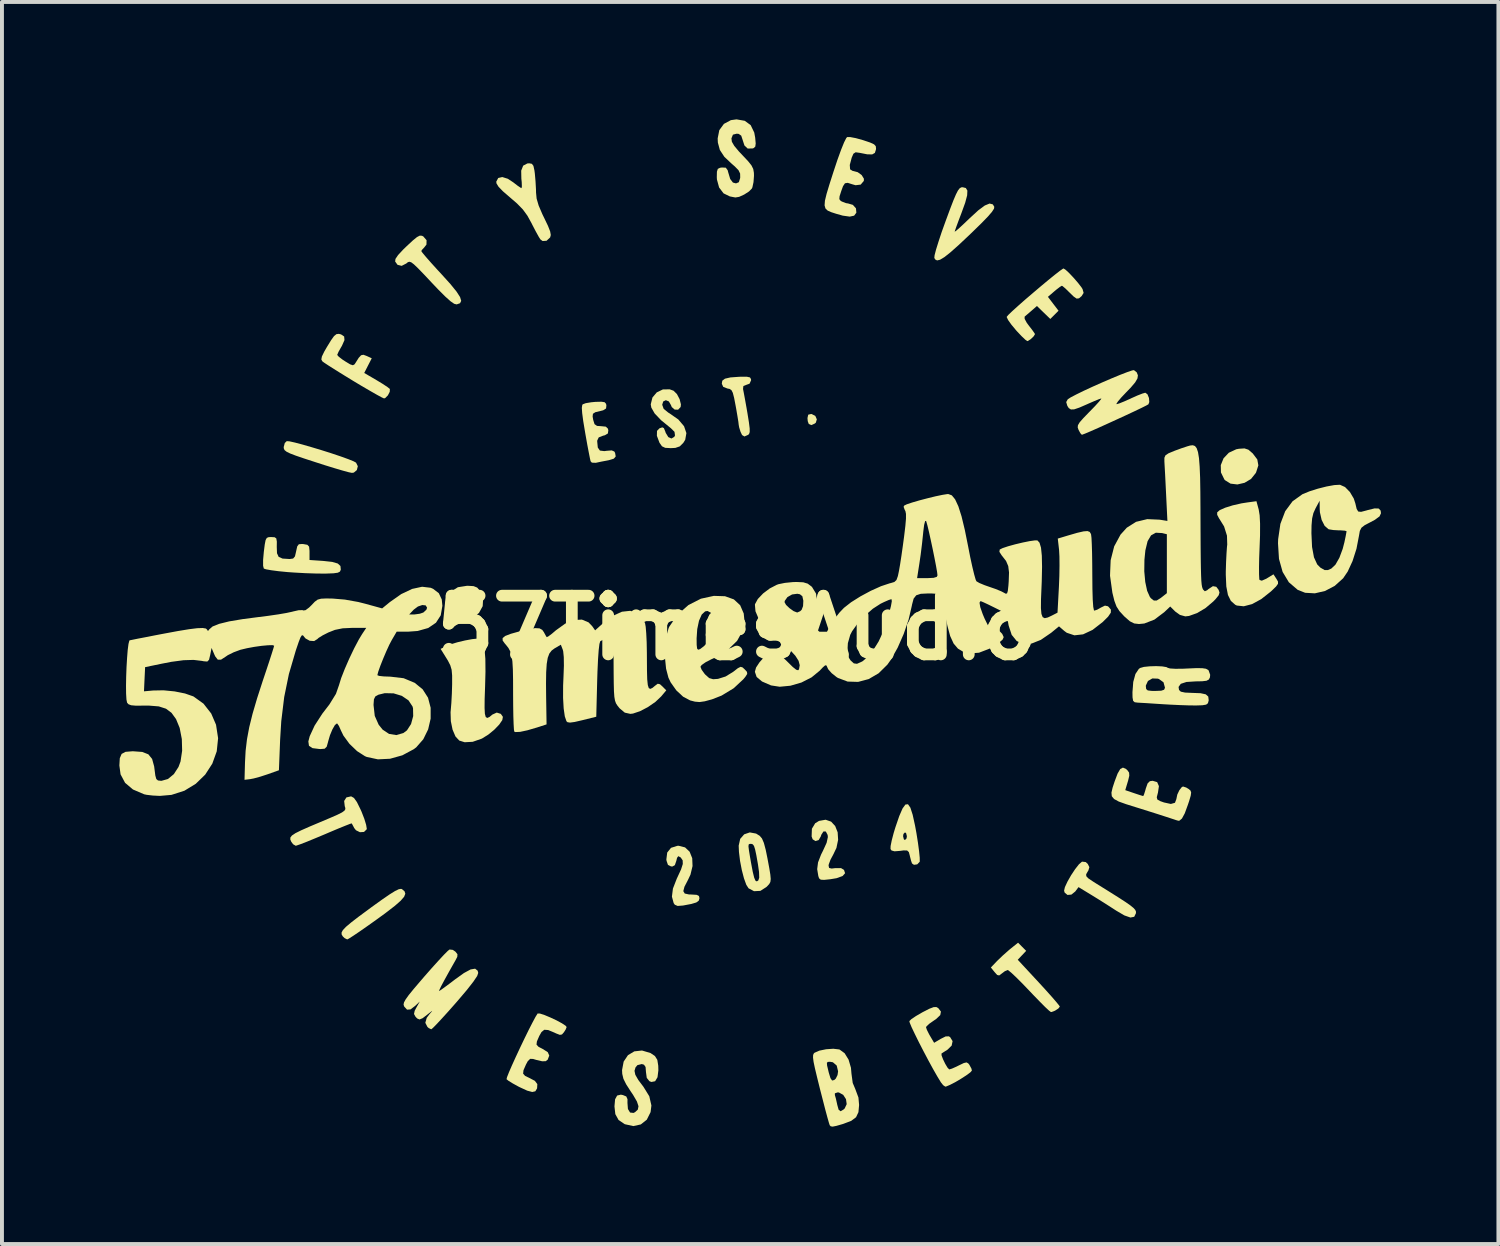
<source format=kicad_pcb>
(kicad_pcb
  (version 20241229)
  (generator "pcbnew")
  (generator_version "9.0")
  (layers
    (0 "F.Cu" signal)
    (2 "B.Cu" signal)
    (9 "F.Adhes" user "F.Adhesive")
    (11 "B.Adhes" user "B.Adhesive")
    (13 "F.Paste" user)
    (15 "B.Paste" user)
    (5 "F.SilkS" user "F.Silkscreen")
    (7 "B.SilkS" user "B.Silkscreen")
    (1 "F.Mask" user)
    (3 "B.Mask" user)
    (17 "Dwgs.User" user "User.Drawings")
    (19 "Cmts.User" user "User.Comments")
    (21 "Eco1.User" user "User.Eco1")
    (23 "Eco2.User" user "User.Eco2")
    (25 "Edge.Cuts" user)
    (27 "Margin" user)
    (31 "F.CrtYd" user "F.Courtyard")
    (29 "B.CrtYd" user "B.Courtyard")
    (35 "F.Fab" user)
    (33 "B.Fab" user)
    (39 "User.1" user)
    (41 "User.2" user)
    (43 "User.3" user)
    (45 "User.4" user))
  (footprint "57TimesAudio"
    (layer "F.Cu")
    (at 15.776 12.993)
    (property "Reference" "57TimesAudio" (at 0 0 0) (layer "F.SilkS") (effects (font (size 1.5 1.5) (thickness 0.3))))
    (attr board_only exclude_from_pos_files exclude_from_bom)
    (fp_poly (pts (xy 1.917 -5.462) (xy 2.008 -5.414) (xy 2.046 -5.327) (xy 2.02 -5.242) (xy 1.995 -5.221) (xy 1.905 -5.181) (xy 1.843 -5.208) (xy 1.84 -5.21) (xy 1.814 -5.28) (xy 1.807 -5.36) (xy 1.826 -5.447) (xy 1.898 -5.464)) (stroke (width 0) (type solid)) (fill yes) (layer "F.SilkS"))
    (fp_poly (pts (xy 13.074 -4.552) (xy 13.182 -4.459) (xy 13.186 -4.455) (xy 13.301 -4.303) (xy 13.328 -4.152) (xy 13.271 -3.975) (xy 13.261 -3.955) (xy 13.14 -3.804) (xy 12.975 -3.706) (xy 12.792 -3.664) (xy 12.617 -3.685) (xy 12.476 -3.773) (xy 12.459 -3.792) (xy 12.372 -3.971) (xy 12.368 -4.158) (xy 12.439 -4.333) (xy 12.574 -4.475) (xy 12.763 -4.563) (xy 12.832 -4.576) (xy 12.974 -4.585)) (stroke (width 0) (type solid)) (fill yes) (layer "F.SilkS"))
    (fp_poly (pts (xy -6.725 -1.066) (xy -6.633 -1.029) (xy -6.564 -0.95) (xy -6.561 -0.946) (xy -6.481 -0.748) (xy -6.492 -0.554) (xy -6.588 -0.38) (xy -6.764 -0.242) (xy -6.825 -0.213) (xy -7.015 -0.155) (xy -7.167 -0.166) (xy -7.246 -0.202) (xy -7.325 -0.281) (xy -7.399 -0.405) (xy -7.405 -0.42) (xy -7.448 -0.551) (xy -7.439 -0.661) (xy -7.406 -0.751) (xy -7.291 -0.933) (xy -7.126 -1.038) (xy -6.896 -1.074) (xy -6.878 -1.075)) (stroke (width 0) (type solid)) (fill yes) (layer "F.SilkS"))
    (fp_poly (pts (xy -11.43 -4.766) (xy -11.287 -4.734) (xy -11.09 -4.682) (xy -10.855 -4.614) (xy -10.603 -4.538) (xy -10.351 -4.458) (xy -10.119 -4.38) (xy -9.925 -4.31) (xy -9.787 -4.254) (xy -9.728 -4.221) (xy -9.683 -4.13) (xy -9.708 -4.031) (xy -9.785 -3.967) (xy -9.834 -3.96) (xy -9.914 -3.976) (xy -10.069 -4.018) (xy -10.282 -4.081) (xy -10.535 -4.159) (xy -10.758 -4.231) (xy -11.053 -4.327) (xy -11.267 -4.4) (xy -11.413 -4.456) (xy -11.504 -4.501) (xy -11.554 -4.541) (xy -11.573 -4.581) (xy -11.577 -4.619) (xy -11.549 -4.723) (xy -11.499 -4.771)) (stroke (width 0) (type solid)) (fill yes) (layer "F.SilkS"))
    (fp_poly (pts (xy -8.554 6.677) (xy -8.489 6.732) (xy -8.469 6.794) (xy -8.5 6.872) (xy -8.589 6.974) (xy -8.741 7.107) (xy -8.964 7.279) (xy -9.191 7.445) (xy -9.423 7.61) (xy -9.629 7.754) (xy -9.795 7.866) (xy -9.909 7.939) (xy -9.954 7.962) (xy -10.021 7.928) (xy -10.066 7.885) (xy -10.096 7.836) (xy -10.098 7.785) (xy -10.064 7.722) (xy -9.985 7.639) (xy -9.853 7.528) (xy -9.66 7.379) (xy -9.397 7.185) (xy -9.331 7.136) (xy -9.068 6.947) (xy -8.872 6.812) (xy -8.732 6.725) (xy -8.637 6.679) (xy -8.577 6.669)) (stroke (width 0) (type solid)) (fill yes) (layer "F.SilkS"))
    (fp_poly (pts (xy 7.291 8.149) (xy 7.395 8.253) (xy 7.288 8.367) (xy 7.18 8.481) (xy 7.718 9.061) (xy 7.899 9.259) (xy 8.054 9.432) (xy 8.172 9.569) (xy 8.241 9.655) (xy 8.255 9.679) (xy 8.216 9.728) (xy 8.131 9.783) (xy 8.044 9.816) (xy 8.026 9.817) (xy 7.981 9.783) (xy 7.881 9.69) (xy 7.741 9.549) (xy 7.572 9.375) (xy 7.482 9.28) (xy 7.303 9.093) (xy 7.144 8.934) (xy 7.019 8.816) (xy 6.941 8.752) (xy 6.924 8.743) (xy 6.85 8.774) (xy 6.777 8.829) (xy 6.706 8.882) (xy 6.654 8.87) (xy 6.588 8.796) (xy 6.493 8.679) (xy 6.653 8.511) (xy 6.799 8.371) (xy 6.961 8.228) (xy 7.001 8.195) (xy 7.188 8.045)) (stroke (width 0) (type solid)) (fill yes) (layer "F.SilkS"))
    (fp_poly (pts (xy 0.261 -6.416) (xy 0.338 -6.399) (xy 0.364 -6.356) (xy 0.366 -6.326) (xy 0.327 -6.239) (xy 0.252 -6.212) (xy 0.169 -6.179) (xy 0.16 -6.1) (xy 0.163 -6.09) (xy 0.181 -5.998) (xy 0.211 -5.836) (xy 0.248 -5.63) (xy 0.274 -5.479) (xy 0.311 -5.249) (xy 0.33 -5.097) (xy 0.331 -5.004) (xy 0.314 -4.953) (xy 0.29 -4.931) (xy 0.196 -4.89) (xy 0.136 -4.926) (xy 0.096 -5.01) (xy 0.061 -5.124) (xy 0.049 -5.193) (xy 0.041 -5.265) (xy 0.018 -5.407) (xy -0.014 -5.594) (xy -0.029 -5.676) (xy -0.068 -5.879) (xy -0.101 -6.006) (xy -0.136 -6.074) (xy -0.182 -6.105) (xy -0.237 -6.115) (xy -0.346 -6.158) (xy -0.382 -6.238) (xy -0.37 -6.315) (xy -0.301 -6.367) (xy -0.162 -6.399) (xy 0.059 -6.415) (xy 0.111 -6.417)) (stroke (width 0) (type solid)) (fill yes) (layer "F.SilkS"))
    (fp_poly (pts (xy 8.918 5.985) (xy 8.97 6.034) (xy 9.01 6.115) (xy 8.985 6.199) (xy 8.962 6.236) (xy 8.928 6.297) (xy 8.931 6.346) (xy 8.983 6.401) (xy 9.099 6.479) (xy 9.184 6.533) (xy 9.504 6.732) (xy 9.749 6.886) (xy 9.931 7.004) (xy 10.057 7.092) (xy 10.137 7.157) (xy 10.182 7.207) (xy 10.2 7.247) (xy 10.201 7.286) (xy 10.2 7.292) (xy 10.156 7.383) (xy 10.059 7.402) (xy 9.904 7.348) (xy 9.696 7.226) (xy 9.499 7.099) (xy 9.269 6.953) (xy 9.068 6.829) (xy 8.733 6.625) (xy 8.649 6.737) (xy 8.551 6.816) (xy 8.451 6.825) (xy 8.379 6.766) (xy 8.364 6.716) (xy 8.385 6.625) (xy 8.45 6.485) (xy 8.542 6.323) (xy 8.646 6.166) (xy 8.744 6.041) (xy 8.82 5.976) (xy 8.823 5.974)) (stroke (width 0) (type solid)) (fill yes) (layer "F.SilkS"))
    (fp_poly (pts (xy -8.045 -10.019) (xy -8.01 -10.002) (xy -7.926 -9.905) (xy -7.929 -9.793) (xy -7.986 -9.72) (xy -8.048 -9.654) (xy -8.06 -9.625) (xy -8.028 -9.58) (xy -7.941 -9.476) (xy -7.81 -9.327) (xy -7.646 -9.146) (xy -7.544 -9.036) (xy -7.318 -8.786) (xy -7.161 -8.593) (xy -7.07 -8.452) (xy -7.041 -8.355) (xy -7.071 -8.295) (xy -7.156 -8.265) (xy -7.159 -8.265) (xy -7.22 -8.28) (xy -7.314 -8.345) (xy -7.449 -8.466) (xy -7.632 -8.649) (xy -7.801 -8.827) (xy -8.002 -9.041) (xy -8.148 -9.192) (xy -8.25 -9.289) (xy -8.319 -9.341) (xy -8.368 -9.355) (xy -8.406 -9.342) (xy -8.443 -9.311) (xy -8.562 -9.25) (xy -8.668 -9.276) (xy -8.729 -9.361) (xy -8.721 -9.427) (xy -8.654 -9.526) (xy -8.52 -9.67) (xy -8.434 -9.753) (xy -8.277 -9.899) (xy -8.171 -9.985) (xy -8.1 -10.022)) (stroke (width 0) (type solid)) (fill yes) (layer "F.SilkS"))
    (fp_poly (pts (xy 2.411 4.952) (xy 2.515 5.064) (xy 2.578 5.224) (xy 2.59 5.416) (xy 2.547 5.623) (xy 2.468 5.788) (xy 2.395 5.925) (xy 2.351 6.043) (xy 2.346 6.076) (xy 2.36 6.135) (xy 2.423 6.151) (xy 2.513 6.14) (xy 2.664 6.139) (xy 2.74 6.185) (xy 2.768 6.27) (xy 2.703 6.342) (xy 2.55 6.397) (xy 2.388 6.424) (xy 2.232 6.44) (xy 2.146 6.435) (xy 2.104 6.401) (xy 2.084 6.343) (xy 2.055 6.165) (xy 2.077 5.993) (xy 2.154 5.794) (xy 2.202 5.698) (xy 2.296 5.493) (xy 2.328 5.346) (xy 2.322 5.292) (xy 2.276 5.204) (xy 2.215 5.203) (xy 2.161 5.286) (xy 2.148 5.328) (xy 2.093 5.423) (xy 2.012 5.448) (xy 1.94 5.404) (xy 1.913 5.331) (xy 1.92 5.133) (xy 2.004 4.993) (xy 2.102 4.933) (xy 2.271 4.903)) (stroke (width 0) (type solid)) (fill yes) (layer "F.SilkS"))
    (fp_poly (pts (xy 4.436 4.594) (xy 4.495 4.777) (xy 4.556 5.055) (xy 4.591 5.245) (xy 4.63 5.492) (xy 4.659 5.709) (xy 4.675 5.874) (xy 4.676 5.969) (xy 4.673 5.979) (xy 4.612 6.043) (xy 4.528 6.055) (xy 4.478 6.02) (xy 4.454 5.951) (xy 4.424 5.833) (xy 4.423 5.826) (xy 4.397 5.73) (xy 4.353 5.689) (xy 4.261 5.687) (xy 4.174 5.699) (xy 4.03 5.71) (xy 3.955 5.689) (xy 3.929 5.652) (xy 3.931 5.576) (xy 3.96 5.431) (xy 3.988 5.324) (xy 4.25 5.324) (xy 4.27 5.404) (xy 4.298 5.422) (xy 4.338 5.381) (xy 4.347 5.324) (xy 4.327 5.245) (xy 4.298 5.227) (xy 4.259 5.267) (xy 4.25 5.324) (xy 3.988 5.324) (xy 4.01 5.24) (xy 4.054 5.096) (xy 4.152 4.81) (xy 4.236 4.616) (xy 4.309 4.515) (xy 4.375 4.507)) (stroke (width 0) (type solid)) (fill yes) (layer "F.SilkS"))
    (fp_poly (pts (xy -9.849 4.308) (xy -9.781 4.347) (xy -9.706 4.452) (xy -9.616 4.635) (xy -9.588 4.697) (xy -9.517 4.879) (xy -9.47 5.034) (xy -9.454 5.134) (xy -9.457 5.149) (xy -9.525 5.215) (xy -9.629 5.222) (xy -9.73 5.172) (xy -9.774 5.117) (xy -9.82 5.03) (xy -9.84 4.996) (xy -9.885 5.01) (xy -10.005 5.057) (xy -10.182 5.129) (xy -10.403 5.222) (xy -10.529 5.276) (xy -10.771 5.377) (xy -10.982 5.464) (xy -11.148 5.528) (xy -11.249 5.563) (xy -11.27 5.568) (xy -11.336 5.53) (xy -11.384 5.465) (xy -11.408 5.408) (xy -11.406 5.357) (xy -11.366 5.306) (xy -11.278 5.247) (xy -11.131 5.174) (xy -10.914 5.078) (xy -10.639 4.962) (xy -10.381 4.853) (xy -10.201 4.774) (xy -10.086 4.716) (xy -10.024 4.671) (xy -10.001 4.631) (xy -10.006 4.588) (xy -10.017 4.557) (xy -10.032 4.424) (xy -9.975 4.333) (xy -9.86 4.307)) (stroke (width 0) (type solid)) (fill yes) (layer "F.SilkS"))
    (fp_poly (pts (xy -1.321 5.61) (xy -1.204 5.721) (xy -1.138 5.886) (xy -1.13 6.087) (xy -1.183 6.307) (xy -1.246 6.44) (xy -1.337 6.616) (xy -1.366 6.728) (xy -1.329 6.789) (xy -1.223 6.812) (xy -1.16 6.814) (xy -1.027 6.822) (xy -0.966 6.852) (xy -0.953 6.908) (xy -0.97 6.97) (xy -1.033 7.017) (xy -1.159 7.055) (xy -1.365 7.094) (xy -1.38 7.096) (xy -1.511 7.106) (xy -1.583 7.075) (xy -1.612 7.034) (xy -1.657 6.868) (xy -1.631 6.662) (xy -1.532 6.407) (xy -1.516 6.373) (xy -1.423 6.172) (xy -1.379 6.034) (xy -1.382 5.941) (xy -1.429 5.872) (xy -1.441 5.862) (xy -1.494 5.834) (xy -1.526 5.878) (xy -1.545 5.956) (xy -1.582 6.064) (xy -1.643 6.098) (xy -1.68 6.096) (xy -1.758 6.057) (xy -1.794 5.953) (xy -1.799 5.918) (xy -1.777 5.741) (xy -1.68 5.621) (xy -1.518 5.57) (xy -1.486 5.568)) (stroke (width 0) (type solid)) (fill yes) (layer "F.SilkS"))
    (fp_poly (pts (xy 5.853 -11.239) (xy 5.893 -11.173) (xy 5.887 -11.051) (xy 5.837 -10.863) (xy 5.742 -10.6) (xy 5.668 -10.406) (xy 5.61 -10.248) (xy 5.575 -10.147) (xy 5.568 -10.122) (xy 5.601 -10.143) (xy 5.689 -10.219) (xy 5.818 -10.339) (xy 5.954 -10.469) (xy 6.172 -10.669) (xy 6.338 -10.792) (xy 6.46 -10.842) (xy 6.542 -10.821) (xy 6.58 -10.76) (xy 6.574 -10.712) (xy 6.522 -10.631) (xy 6.419 -10.511) (xy 6.258 -10.345) (xy 6.032 -10.124) (xy 5.932 -10.028) (xy 5.667 -9.779) (xy 5.461 -9.596) (xy 5.306 -9.473) (xy 5.194 -9.406) (xy 5.118 -9.388) (xy 5.069 -9.415) (xy 5.048 -9.454) (xy 5.055 -9.522) (xy 5.092 -9.665) (xy 5.155 -9.868) (xy 5.237 -10.116) (xy 5.336 -10.391) (xy 5.337 -10.394) (xy 5.449 -10.697) (xy 5.535 -10.921) (xy 5.601 -11.076) (xy 5.652 -11.175) (xy 5.695 -11.231) (xy 5.735 -11.255) (xy 5.77 -11.259)) (stroke (width 0) (type solid)) (fill yes) (layer "F.SilkS"))
    (fp_poly (pts (xy -5.235 -11.857) (xy -5.196 -11.805) (xy -5.17 -11.688) (xy -5.16 -11.613) (xy -5.142 -11.408) (xy -5.13 -11.195) (xy -5.129 -11.125) (xy -5.114 -10.968) (xy -5.062 -10.791) (xy -4.966 -10.567) (xy -4.922 -10.477) (xy -4.823 -10.27) (xy -4.768 -10.129) (xy -4.752 -10.038) (xy -4.768 -9.978) (xy -4.769 -9.976) (xy -4.86 -9.891) (xy -4.961 -9.884) (xy -5.018 -9.926) (xy -5.063 -9.998) (xy -5.137 -10.132) (xy -5.225 -10.301) (xy -5.243 -10.338) (xy -5.35 -10.532) (xy -5.465 -10.69) (xy -5.614 -10.843) (xy -5.789 -10.994) (xy -5.974 -11.154) (xy -6.088 -11.272) (xy -6.14 -11.357) (xy -6.145 -11.402) (xy -6.095 -11.495) (xy -5.991 -11.519) (xy -5.85 -11.475) (xy -5.713 -11.385) (xy -5.6 -11.298) (xy -5.52 -11.244) (xy -5.5 -11.235) (xy -5.491 -11.278) (xy -5.495 -11.39) (xy -5.504 -11.478) (xy -5.508 -11.683) (xy -5.458 -11.81) (xy -5.352 -11.866) (xy -5.301 -11.87)) (stroke (width 0) (type solid)) (fill yes) (layer "F.SilkS"))
    (fp_poly (pts (xy 13.337 -3.023) (xy 13.361 -2.875) (xy 13.372 -2.659) (xy 13.371 -2.363) (xy 13.359 -2.044) (xy 13.349 -1.778) (xy 13.345 -1.545) (xy 13.346 -1.363) (xy 13.352 -1.25) (xy 13.358 -1.224) (xy 13.416 -1.205) (xy 13.532 -1.256) (xy 13.553 -1.269) (xy 13.714 -1.368) (xy 13.791 -1.25) (xy 13.83 -1.182) (xy 13.83 -1.126) (xy 13.781 -1.057) (xy 13.672 -0.951) (xy 13.648 -0.929) (xy 13.403 -0.735) (xy 13.168 -0.607) (xy 12.955 -0.551) (xy 12.778 -0.57) (xy 12.737 -0.59) (xy 12.626 -0.688) (xy 12.551 -0.84) (xy 12.509 -1.058) (xy 12.496 -1.355) (xy 12.496 -1.441) (xy 12.503 -1.675) (xy 12.514 -1.896) (xy 12.526 -2.069) (xy 12.533 -2.128) (xy 12.526 -2.356) (xy 12.452 -2.592) (xy 12.329 -2.79) (xy 12.326 -2.793) (xy 12.276 -2.888) (xy 12.276 -2.951) (xy 12.341 -3.008) (xy 12.481 -3.07) (xy 12.673 -3.13) (xy 12.896 -3.181) (xy 13.044 -3.204) (xy 13.279 -3.236)) (stroke (width 0) (type solid)) (fill yes) (layer "F.SilkS"))
    (fp_poly (pts (xy -6.54 0.281) (xy -6.534 0.285) (xy -6.48 0.381) (xy -6.444 0.548) (xy -6.424 0.793) (xy -6.421 1.123) (xy -6.431 1.502) (xy -6.442 1.818) (xy -6.444 2.047) (xy -6.436 2.197) (xy -6.414 2.279) (xy -6.375 2.302) (xy -6.318 2.277) (xy -6.246 2.217) (xy -6.133 2.165) (xy -6.029 2.198) (xy -5.976 2.274) (xy -5.991 2.357) (xy -6.07 2.472) (xy -6.195 2.602) (xy -6.346 2.726) (xy -6.504 2.825) (xy -6.523 2.834) (xy -6.748 2.912) (xy -6.953 2.923) (xy -7.091 2.88) (xy -7.188 2.775) (xy -7.262 2.601) (xy -7.306 2.386) (xy -7.313 2.157) (xy -7.309 2.113) (xy -7.293 1.922) (xy -7.28 1.682) (xy -7.273 1.444) (xy -7.273 1.426) (xy -7.273 1.217) (xy -7.286 1.071) (xy -7.32 0.957) (xy -7.38 0.839) (xy -7.417 0.779) (xy -7.567 0.538) (xy -7.435 0.47) (xy -7.305 0.418) (xy -7.132 0.367) (xy -6.942 0.322) (xy -6.763 0.289) (xy -6.62 0.274)) (stroke (width 0) (type solid)) (fill yes) (layer "F.SilkS"))
    (fp_poly (pts (xy 0.494 5.257) (xy 0.586 5.314) (xy 0.644 5.382) (xy 0.693 5.496) (xy 0.74 5.672) (xy 0.784 5.888) (xy 0.83 6.135) (xy 0.858 6.306) (xy 0.868 6.418) (xy 0.859 6.492) (xy 0.83 6.546) (xy 0.781 6.599) (xy 0.759 6.621) (xy 0.604 6.721) (xy 0.441 6.729) (xy 0.301 6.655) (xy 0.243 6.564) (xy 0.184 6.4) (xy 0.129 6.189) (xy 0.084 5.955) (xy 0.056 5.725) (xy 0.05 5.585) (xy 0.299 5.585) (xy 0.311 5.683) (xy 0.338 5.848) (xy 0.364 5.997) (xy 0.408 6.232) (xy 0.445 6.383) (xy 0.478 6.461) (xy 0.513 6.479) (xy 0.551 6.454) (xy 0.574 6.383) (xy 0.569 6.238) (xy 0.542 6.046) (xy 0.501 5.814) (xy 0.469 5.662) (xy 0.441 5.574) (xy 0.41 5.532) (xy 0.372 5.52) (xy 0.363 5.52) (xy 0.326 5.521) (xy 0.304 5.537) (xy 0.299 5.585) (xy 0.05 5.585) (xy 0.049 5.566) (xy 0.088 5.392) (xy 0.19 5.276) (xy 0.333 5.227)) (stroke (width 0) (type solid)) (fill yes) (layer "F.SilkS"))
    (fp_poly (pts (xy -11.808 -2.315) (xy -11.766 -2.285) (xy -11.752 -2.203) (xy -11.754 -2.068) (xy -11.748 -1.906) (xy -11.705 -1.813) (xy -11.606 -1.77) (xy -11.431 -1.759) (xy -11.422 -1.759) (xy -11.336 -1.771) (xy -11.289 -1.826) (xy -11.26 -1.951) (xy -11.259 -1.957) (xy -11.231 -2.082) (xy -11.19 -2.136) (xy -11.108 -2.143) (xy -11.071 -2.14) (xy -10.972 -2.122) (xy -10.928 -2.075) (xy -10.917 -1.967) (xy -10.917 -1.929) (xy -10.917 -1.734) (xy -10.565 -1.71) (xy -10.338 -1.685) (xy -10.196 -1.644) (xy -10.127 -1.581) (xy -10.118 -1.49) (xy -10.119 -1.483) (xy -10.14 -1.437) (xy -10.194 -1.409) (xy -10.302 -1.394) (xy -10.484 -1.387) (xy -10.527 -1.386) (xy -10.746 -1.388) (xy -11.02 -1.397) (xy -11.308 -1.413) (xy -11.479 -1.425) (xy -11.705 -1.447) (xy -11.896 -1.472) (xy -12.03 -1.496) (xy -12.085 -1.515) (xy -12.103 -1.586) (xy -12.103 -1.735) (xy -12.085 -1.94) (xy -12.061 -2.13) (xy -12.039 -2.243) (xy -12.008 -2.299) (xy -11.959 -2.318) (xy -11.894 -2.32)) (stroke (width 0) (type solid)) (fill yes) (layer "F.SilkS"))
    (fp_poly (pts (xy -1.615 -6.059) (xy -1.529 -5.974) (xy -1.46 -5.843) (xy -1.427 -5.71) (xy -1.434 -5.643) (xy -1.498 -5.575) (xy -1.586 -5.577) (xy -1.661 -5.642) (xy -1.681 -5.691) (xy -1.735 -5.785) (xy -1.812 -5.817) (xy -1.879 -5.785) (xy -1.905 -5.7) (xy -1.868 -5.597) (xy -1.75 -5.5) (xy -1.721 -5.483) (xy -1.493 -5.324) (xy -1.347 -5.152) (xy -1.287 -4.976) (xy -1.317 -4.806) (xy -1.367 -4.725) (xy -1.458 -4.636) (xy -1.57 -4.598) (xy -1.687 -4.592) (xy -1.829 -4.6) (xy -1.911 -4.639) (xy -1.972 -4.726) (xy -1.977 -4.736) (xy -2.041 -4.907) (xy -2.038 -5.033) (xy -1.974 -5.099) (xy -1.902 -5.123) (xy -1.863 -5.104) (xy -1.828 -5.022) (xy -1.815 -4.982) (xy -1.749 -4.874) (xy -1.669 -4.838) (xy -1.597 -4.88) (xy -1.578 -4.917) (xy -1.591 -5.009) (xy -1.682 -5.1) (xy -1.933 -5.305) (xy -2.098 -5.478) (xy -2.183 -5.627) (xy -2.198 -5.711) (xy -2.155 -5.885) (xy -2.044 -6.017) (xy -1.888 -6.092) (xy -1.714 -6.095)) (stroke (width 0) (type solid)) (fill yes) (layer "F.SilkS"))
    (fp_poly (pts (xy -10.111 -7.498) (xy -10.032 -7.445) (xy -10.024 -7.353) (xy -10.088 -7.208) (xy -10.111 -7.169) (xy -10.174 -7.057) (xy -10.207 -6.982) (xy -10.209 -6.973) (xy -10.171 -6.929) (xy -10.075 -6.855) (xy -10.003 -6.808) (xy -9.879 -6.733) (xy -9.809 -6.71) (xy -9.768 -6.732) (xy -9.747 -6.762) (xy -9.66 -6.9) (xy -9.599 -6.966) (xy -9.54 -6.978) (xy -9.459 -6.948) (xy -9.456 -6.947) (xy -9.327 -6.888) (xy -9.423 -6.701) (xy -9.519 -6.513) (xy -9.204 -6.329) (xy -9.049 -6.235) (xy -8.928 -6.155) (xy -8.866 -6.106) (xy -8.864 -6.103) (xy -8.867 -6.032) (xy -8.915 -5.94) (xy -8.981 -5.873) (xy -9.012 -5.862) (xy -9.068 -5.887) (xy -9.192 -5.954) (xy -9.371 -6.056) (xy -9.59 -6.184) (xy -9.794 -6.306) (xy -10.037 -6.455) (xy -10.253 -6.589) (xy -10.428 -6.7) (xy -10.546 -6.778) (xy -10.59 -6.811) (xy -10.615 -6.859) (xy -10.601 -6.934) (xy -10.542 -7.056) (xy -10.474 -7.174) (xy -10.366 -7.35) (xy -10.29 -7.456) (xy -10.229 -7.505) (xy -10.168 -7.512)) (stroke (width 0) (type solid)) (fill yes) (layer "F.SilkS"))
    (fp_poly (pts (xy -3.376 -5.765) (xy -3.34 -5.725) (xy -3.331 -5.683) (xy -3.34 -5.605) (xy -3.413 -5.559) (xy -3.477 -5.543) (xy -3.614 -5.51) (xy -3.675 -5.47) (xy -3.683 -5.399) (xy -3.668 -5.313) (xy -3.634 -5.204) (xy -3.57 -5.16) (xy -3.466 -5.153) (xy -3.346 -5.141) (xy -3.293 -5.091) (xy -3.282 -5.048) (xy -3.293 -4.967) (xy -3.371 -4.921) (xy -3.416 -4.91) (xy -3.527 -4.866) (xy -3.565 -4.787) (xy -3.566 -4.763) (xy -3.551 -4.607) (xy -3.497 -4.53) (xy -3.385 -4.516) (xy -3.324 -4.524) (xy -3.194 -4.534) (xy -3.128 -4.505) (xy -3.109 -4.47) (xy -3.093 -4.38) (xy -3.141 -4.323) (xy -3.269 -4.284) (xy -3.309 -4.276) (xy -3.462 -4.247) (xy -3.592 -4.219) (xy -3.602 -4.217) (xy -3.702 -4.221) (xy -3.735 -4.257) (xy -3.751 -4.327) (xy -3.78 -4.474) (xy -3.819 -4.678) (xy -3.862 -4.92) (xy -3.875 -4.994) (xy -3.923 -5.283) (xy -3.95 -5.488) (xy -3.959 -5.621) (xy -3.948 -5.694) (xy -3.936 -5.712) (xy -3.858 -5.741) (xy -3.719 -5.764) (xy -3.613 -5.774) (xy -3.458 -5.778)) (stroke (width 0) (type solid)) (fill yes) (layer "F.SilkS"))
    (fp_poly (pts (xy -2.206 10.864) (xy -2.202 10.866) (xy -2.091 10.941) (xy -2.03 11.039) (xy -2.006 11.189) (xy -2.003 11.306) (xy -2.025 11.483) (xy -2.086 11.585) (xy -2.181 11.604) (xy -2.232 11.584) (xy -2.3 11.499) (xy -2.32 11.348) (xy -2.33 11.222) (xy -2.37 11.163) (xy -2.427 11.146) (xy -2.539 11.174) (xy -2.587 11.232) (xy -2.613 11.319) (xy -2.592 11.42) (xy -2.516 11.553) (xy -2.385 11.726) (xy -2.235 11.969) (xy -2.181 12.205) (xy -2.202 12.374) (xy -2.299 12.568) (xy -2.452 12.689) (xy -2.643 12.731) (xy -2.857 12.684) (xy -2.866 12.68) (xy -3.02 12.576) (xy -3.103 12.426) (xy -3.125 12.227) (xy -3.109 12.047) (xy -3.057 11.951) (xy -2.962 11.928) (xy -2.91 11.938) (xy -2.823 11.974) (xy -2.792 12.044) (xy -2.793 12.139) (xy -2.781 12.295) (xy -2.726 12.385) (xy -2.638 12.395) (xy -2.6 12.376) (xy -2.528 12.31) (xy -2.511 12.224) (xy -2.551 12.103) (xy -2.651 11.931) (xy -2.708 11.847) (xy -2.827 11.662) (xy -2.896 11.523) (xy -2.926 11.398) (xy -2.931 11.301) (xy -2.89 11.083) (xy -2.78 10.919) (xy -2.618 10.822) (xy -2.421 10.8)) (stroke (width 0) (type solid)) (fill yes) (layer "F.SilkS"))
    (fp_poly (pts (xy -5.028 9.856) (xy -4.911 9.894) (xy -4.761 9.957) (xy -4.603 10.031) (xy -4.465 10.106) (xy -4.372 10.168) (xy -4.347 10.2) (xy -4.373 10.266) (xy -4.416 10.333) (xy -4.466 10.39) (xy -4.521 10.4) (xy -4.615 10.364) (xy -4.662 10.342) (xy -4.818 10.277) (xy -4.918 10.27) (xy -4.989 10.327) (xy -5.047 10.43) (xy -5.107 10.568) (xy -5.117 10.649) (xy -5.066 10.705) (xy -4.958 10.761) (xy -4.83 10.842) (xy -4.791 10.929) (xy -4.831 11.034) (xy -4.882 11.073) (xy -4.974 11.075) (xy -5.127 11.039) (xy -5.204 11.016) (xy -5.279 11.013) (xy -5.341 11.074) (xy -5.387 11.16) (xy -5.45 11.305) (xy -5.459 11.392) (xy -5.408 11.449) (xy -5.306 11.498) (xy -5.159 11.575) (xy -5.096 11.658) (xy -5.102 11.765) (xy -5.105 11.772) (xy -5.147 11.842) (xy -5.226 11.86) (xy -5.354 11.826) (xy -5.545 11.738) (xy -5.577 11.722) (xy -5.726 11.64) (xy -5.837 11.571) (xy -5.883 11.533) (xy -5.87 11.48) (xy -5.821 11.356) (xy -5.744 11.178) (xy -5.647 10.965) (xy -5.538 10.731) (xy -5.425 10.495) (xy -5.316 10.273) (xy -5.218 10.082) (xy -5.141 9.938) (xy -5.092 9.86) (xy -5.087 9.854)) (stroke (width 0) (type solid)) (fill yes) (layer "F.SilkS"))
    (fp_poly (pts (xy 2.901 -12.54) (xy 3.044 -12.513) (xy 3.219 -12.464) (xy 3.233 -12.46) (xy 3.408 -12.401) (xy 3.508 -12.355) (xy 3.552 -12.308) (xy 3.559 -12.247) (xy 3.556 -12.22) (xy 3.529 -12.136) (xy 3.46 -12.097) (xy 3.332 -12.1) (xy 3.145 -12.137) (xy 3.038 -12.152) (xy 2.981 -12.115) (xy 2.937 -12.014) (xy 2.888 -11.828) (xy 2.896 -11.716) (xy 2.962 -11.675) (xy 2.974 -11.674) (xy 3.091 -11.643) (xy 3.193 -11.568) (xy 3.249 -11.476) (xy 3.247 -11.421) (xy 3.167 -11.326) (xy 3.036 -11.31) (xy 2.952 -11.334) (xy 2.835 -11.371) (xy 2.765 -11.36) (xy 2.715 -11.285) (xy 2.67 -11.161) (xy 2.627 -11.027) (xy 2.621 -10.954) (xy 2.653 -10.913) (xy 2.686 -10.893) (xy 2.793 -10.852) (xy 2.845 -10.844) (xy 2.967 -10.808) (xy 3.046 -10.719) (xy 3.056 -10.609) (xy 3.056 -10.608) (xy 2.999 -10.532) (xy 2.887 -10.508) (xy 2.709 -10.533) (xy 2.542 -10.58) (xy 2.415 -10.621) (xy 2.324 -10.661) (xy 2.267 -10.715) (xy 2.244 -10.795) (xy 2.253 -10.915) (xy 2.295 -11.089) (xy 2.367 -11.328) (xy 2.469 -11.647) (xy 2.573 -11.96) (xy 2.666 -12.216) (xy 2.742 -12.404) (xy 2.798 -12.515) (xy 2.821 -12.541)) (stroke (width 0) (type solid)) (fill yes) (layer "F.SilkS"))
    (fp_poly (pts (xy 8.404 -9.149) (xy 8.498 -9.061) (xy 8.61 -8.942) (xy 8.72 -8.815) (xy 8.806 -8.704) (xy 8.836 -8.656) (xy 8.863 -8.559) (xy 8.813 -8.478) (xy 8.745 -8.42) (xy 8.685 -8.413) (xy 8.609 -8.465) (xy 8.499 -8.572) (xy 8.398 -8.671) (xy 8.325 -8.732) (xy 8.306 -8.741) (xy 8.256 -8.711) (xy 8.161 -8.638) (xy 8.115 -8.599) (xy 7.951 -8.458) (xy 8.086 -8.281) (xy 8.222 -8.103) (xy 8.117 -7.998) (xy 8.012 -7.893) (xy 7.841 -8.058) (xy 7.67 -8.224) (xy 7.535 -8.106) (xy 7.433 -8.018) (xy 7.36 -7.956) (xy 7.355 -7.951) (xy 7.356 -7.895) (xy 7.412 -7.792) (xy 7.465 -7.721) (xy 7.553 -7.607) (xy 7.61 -7.526) (xy 7.62 -7.504) (xy 7.586 -7.448) (xy 7.512 -7.377) (xy 7.441 -7.331) (xy 7.425 -7.327) (xy 7.375 -7.361) (xy 7.28 -7.451) (xy 7.159 -7.579) (xy 7.134 -7.607) (xy 7.017 -7.748) (xy 6.933 -7.866) (xy 6.898 -7.94) (xy 6.898 -7.947) (xy 6.938 -7.995) (xy 7.039 -8.092) (xy 7.187 -8.226) (xy 7.367 -8.385) (xy 7.567 -8.556) (xy 7.77 -8.728) (xy 7.963 -8.889) (xy 8.131 -9.025) (xy 8.261 -9.126) (xy 8.337 -9.178) (xy 8.35 -9.183)) (stroke (width 0) (type solid)) (fill yes) (layer "F.SilkS"))
    (fp_poly (pts (xy 5.148 9.716) (xy 5.217 9.805) (xy 5.2 9.895) (xy 5.094 9.996) (xy 5.031 10.038) (xy 4.916 10.119) (xy 4.846 10.186) (xy 4.836 10.207) (xy 4.859 10.274) (xy 4.916 10.387) (xy 4.939 10.427) (xy 5.043 10.603) (xy 5.213 10.502) (xy 5.338 10.44) (xy 5.418 10.438) (xy 5.452 10.458) (xy 5.515 10.561) (xy 5.491 10.675) (xy 5.385 10.779) (xy 5.287 10.841) (xy 5.232 10.877) (xy 5.231 10.877) (xy 5.234 10.928) (xy 5.272 11.027) (xy 5.328 11.142) (xy 5.386 11.239) (xy 5.429 11.283) (xy 5.431 11.283) (xy 5.498 11.263) (xy 5.615 11.211) (xy 5.677 11.18) (xy 5.802 11.12) (xy 5.872 11.104) (xy 5.917 11.131) (xy 5.944 11.165) (xy 5.996 11.261) (xy 6.008 11.313) (xy 5.969 11.358) (xy 5.868 11.433) (xy 5.73 11.522) (xy 5.581 11.61) (xy 5.445 11.68) (xy 5.349 11.72) (xy 5.328 11.723) (xy 5.274 11.686) (xy 5.216 11.613) (xy 5.126 11.465) (xy 5.015 11.271) (xy 4.894 11.049) (xy 4.77 10.814) (xy 4.652 10.585) (xy 4.549 10.376) (xy 4.468 10.206) (xy 4.42 10.091) (xy 4.41 10.049) (xy 4.462 9.998) (xy 4.578 9.92) (xy 4.733 9.83) (xy 4.751 9.82) (xy 4.921 9.733) (xy 5.029 9.692) (xy 5.099 9.689)) (stroke (width 0) (type solid)) (fill yes) (layer "F.SilkS"))
    (fp_poly (pts (xy 9.947 3.607) (xy 9.983 3.64) (xy 10.025 3.699) (xy 10.03 3.778) (xy 9.999 3.908) (xy 9.992 3.93) (xy 9.927 4.147) (xy 10.15 4.223) (xy 10.282 4.267) (xy 10.369 4.294) (xy 10.387 4.298) (xy 10.407 4.256) (xy 10.44 4.151) (xy 10.453 4.103) (xy 10.498 3.975) (xy 10.556 3.918) (xy 10.627 3.908) (xy 10.742 3.942) (xy 10.787 4.045) (xy 10.762 4.215) (xy 10.758 4.227) (xy 10.732 4.329) (xy 10.747 4.387) (xy 10.824 4.429) (xy 10.917 4.462) (xy 11.092 4.5) (xy 11.197 4.47) (xy 11.234 4.373) (xy 11.235 4.364) (xy 11.257 4.259) (xy 11.31 4.148) (xy 11.372 4.069) (xy 11.404 4.054) (xy 11.486 4.081) (xy 11.549 4.119) (xy 11.594 4.158) (xy 11.611 4.207) (xy 11.6 4.288) (xy 11.559 4.427) (xy 11.527 4.522) (xy 11.447 4.741) (xy 11.376 4.872) (xy 11.311 4.927) (xy 11.283 4.929) (xy 11.226 4.913) (xy 11.112 4.875) (xy 11.064 4.859) (xy 10.944 4.82) (xy 10.755 4.759) (xy 10.521 4.685) (xy 10.267 4.605) (xy 10.221 4.591) (xy 9.95 4.506) (xy 9.76 4.438) (xy 9.642 4.374) (xy 9.583 4.303) (xy 9.574 4.211) (xy 9.603 4.085) (xy 9.654 3.929) (xy 9.731 3.724) (xy 9.799 3.607) (xy 9.868 3.571)) (stroke (width 0) (type solid)) (fill yes) (layer "F.SilkS"))
    (fp_poly (pts (xy -7.255 8.229) (xy -7.189 8.274) (xy -7.137 8.34) (xy -7.141 8.405) (xy -7.186 8.493) (xy -7.344 8.772) (xy -7.469 8.998) (xy -7.557 9.163) (xy -7.602 9.259) (xy -7.606 9.281) (xy -7.561 9.253) (xy -7.456 9.177) (xy -7.309 9.068) (xy -7.202 8.986) (xy -6.972 8.821) (xy -6.802 8.729) (xy -6.686 8.709) (xy -6.621 8.76) (xy -6.606 8.817) (xy -6.633 8.896) (xy -6.729 9.039) (xy -6.893 9.249) (xy -7.127 9.525) (xy -7.18 9.586) (xy -7.369 9.8) (xy -7.537 9.985) (xy -7.673 10.131) (xy -7.767 10.226) (xy -7.806 10.258) (xy -7.871 10.227) (xy -7.903 10.199) (xy -7.958 10.092) (xy -7.922 9.965) (xy -7.852 9.872) (xy -7.789 9.8) (xy -7.784 9.787) (xy -7.846 9.834) (xy -7.905 9.881) (xy -8.028 9.975) (xy -8.107 10.007) (xy -8.167 9.981) (xy -8.21 9.935) (xy -8.247 9.867) (xy -8.23 9.785) (xy -8.187 9.703) (xy -8.1 9.549) (xy -8.217 9.659) (xy -8.337 9.75) (xy -8.425 9.756) (xy -8.495 9.679) (xy -8.501 9.669) (xy -8.514 9.626) (xy -8.503 9.571) (xy -8.461 9.494) (xy -8.381 9.382) (xy -8.253 9.225) (xy -8.071 9.012) (xy -7.981 8.907) (xy -7.792 8.692) (xy -7.622 8.504) (xy -7.482 8.353) (xy -7.383 8.254) (xy -7.339 8.219)) (stroke (width 0) (type solid)) (fill yes) (layer "F.SilkS"))
    (fp_poly (pts (xy 0.205 -12.956) (xy 0.356 -12.845) (xy 0.447 -12.656) (xy 0.471 -12.524) (xy 0.484 -12.375) (xy 0.473 -12.296) (xy 0.432 -12.259) (xy 0.402 -12.249) (xy 0.278 -12.248) (xy 0.196 -12.326) (xy 0.152 -12.462) (xy 0.114 -12.577) (xy 0.049 -12.622) (xy -0.002 -12.627) (xy -0.098 -12.602) (xy -0.135 -12.51) (xy -0.136 -12.505) (xy -0.125 -12.421) (xy -0.065 -12.317) (xy 0.053 -12.175) (xy 0.145 -12.078) (xy 0.289 -11.925) (xy 0.376 -11.816) (xy 0.421 -11.725) (xy 0.438 -11.627) (xy 0.44 -11.55) (xy 0.428 -11.39) (xy 0.4 -11.258) (xy 0.387 -11.227) (xy 0.313 -11.151) (xy 0.19 -11.072) (xy 0.061 -11.013) (xy -0.035 -10.997) (xy -0.11 -11.011) (xy -0.177 -11.024) (xy -0.337 -11.102) (xy -0.451 -11.252) (xy -0.507 -11.457) (xy -0.51 -11.516) (xy -0.507 -11.657) (xy -0.484 -11.728) (xy -0.427 -11.756) (xy -0.38 -11.763) (xy -0.28 -11.758) (xy -0.232 -11.692) (xy -0.219 -11.641) (xy -0.167 -11.468) (xy -0.098 -11.378) (xy -0.019 -11.357) (xy 0.053 -11.387) (xy 0.086 -11.49) (xy 0.088 -11.511) (xy 0.086 -11.608) (xy 0.045 -11.693) (xy -0.052 -11.792) (xy -0.123 -11.853) (xy -0.317 -12.036) (xy -0.432 -12.211) (xy -0.483 -12.4) (xy -0.488 -12.506) (xy -0.446 -12.717) (xy -0.328 -12.878) (xy -0.15 -12.973) (xy -0.006 -12.993)) (stroke (width 0) (type solid)) (fill yes) (layer "F.SilkS"))
    (fp_poly (pts (xy 10.22 -6.529) (xy 10.25 -6.453) (xy 10.239 -6.374) (xy 10.181 -6.273) (xy 10.064 -6.135) (xy 9.958 -6.026) (xy 9.829 -5.89) (xy 9.739 -5.784) (xy 9.701 -5.724) (xy 9.705 -5.715) (xy 9.775 -5.735) (xy 9.904 -5.787) (xy 10.066 -5.859) (xy 10.07 -5.862) (xy 10.233 -5.935) (xy 10.366 -5.987) (xy 10.439 -6.008) (xy 10.44 -6.008) (xy 10.495 -5.967) (xy 10.533 -5.873) (xy 10.541 -5.77) (xy 10.519 -5.712) (xy 10.464 -5.681) (xy 10.338 -5.618) (xy 10.158 -5.532) (xy 9.94 -5.43) (xy 9.703 -5.321) (xy 9.464 -5.212) (xy 9.239 -5.11) (xy 9.046 -5.025) (xy 8.902 -4.964) (xy 8.825 -4.935) (xy 8.818 -4.933) (xy 8.78 -4.973) (xy 8.734 -5.058) (xy 8.712 -5.12) (xy 8.718 -5.178) (xy 8.762 -5.252) (xy 8.854 -5.357) (xy 9.005 -5.513) (xy 9.014 -5.522) (xy 9.153 -5.665) (xy 9.256 -5.778) (xy 9.311 -5.847) (xy 9.315 -5.862) (xy 9.256 -5.843) (xy 9.133 -5.793) (xy 8.972 -5.723) (xy 8.955 -5.715) (xy 8.755 -5.628) (xy 8.622 -5.583) (xy 8.538 -5.58) (xy 8.483 -5.616) (xy 8.447 -5.672) (xy 8.418 -5.769) (xy 8.458 -5.84) (xy 8.531 -5.888) (xy 8.674 -5.963) (xy 8.868 -6.058) (xy 9.095 -6.163) (xy 9.338 -6.271) (xy 9.577 -6.374) (xy 9.797 -6.465) (xy 9.978 -6.535) (xy 10.102 -6.577) (xy 10.149 -6.585)) (stroke (width 0) (type solid)) (fill yes) (layer "F.SilkS"))
    (fp_poly (pts (xy 2.613 10.772) (xy 2.628 10.776) (xy 2.756 10.869) (xy 2.857 11.033) (xy 2.918 11.241) (xy 2.931 11.391) (xy 2.963 11.629) (xy 3.028 11.783) (xy 3.109 12.001) (xy 3.126 12.192) (xy 3.109 12.376) (xy 3.048 12.505) (xy 2.924 12.598) (xy 2.721 12.675) (xy 2.708 12.679) (xy 2.545 12.726) (xy 2.45 12.745) (xy 2.401 12.737) (xy 2.375 12.709) (xy 2.356 12.651) (xy 2.317 12.514) (xy 2.263 12.314) (xy 2.199 12.065) (xy 2.155 11.894) (xy 2.507 11.894) (xy 2.507 11.939) (xy 2.534 12.033) (xy 2.564 12.168) (xy 2.567 12.184) (xy 2.603 12.313) (xy 2.653 12.352) (xy 2.731 12.306) (xy 2.758 12.28) (xy 2.809 12.17) (xy 2.791 12.043) (xy 2.72 11.933) (xy 2.611 11.873) (xy 2.578 11.87) (xy 2.507 11.894) (xy 2.155 11.894) (xy 2.129 11.793) (xy 2.052 11.483) (xy 1.997 11.253) (xy 1.968 11.115) (xy 2.303 11.115) (xy 2.308 11.183) (xy 2.34 11.317) (xy 2.35 11.36) (xy 2.394 11.506) (xy 2.436 11.567) (xy 2.49 11.554) (xy 2.53 11.518) (xy 2.575 11.427) (xy 2.589 11.332) (xy 2.554 11.185) (xy 2.457 11.101) (xy 2.384 11.088) (xy 2.327 11.091) (xy 2.303 11.115) (xy 1.968 11.115) (xy 1.963 11.091) (xy 1.949 10.983) (xy 1.951 10.916) (xy 1.968 10.876) (xy 1.986 10.858) (xy 2.108 10.804) (xy 2.283 10.768) (xy 2.466 10.755)) (stroke (width 0) (type solid)) (fill yes) (layer "F.SilkS"))
    (fp_poly (pts (xy 10.87 0.985) (xy 10.98 1.003) (xy 11.012 1.021) (xy 11.07 1.038) (xy 11.203 1.046) (xy 11.389 1.045) (xy 11.516 1.039) (xy 11.745 1.029) (xy 11.896 1.031) (xy 11.989 1.045) (xy 12.044 1.075) (xy 12.058 1.09) (xy 12.097 1.2) (xy 12.09 1.268) (xy 12.062 1.321) (xy 12.003 1.352) (xy 11.892 1.365) (xy 11.726 1.368) (xy 11.491 1.383) (xy 11.346 1.43) (xy 11.289 1.51) (xy 11.301 1.587) (xy 11.347 1.631) (xy 11.455 1.654) (xy 11.636 1.662) (xy 11.851 1.67) (xy 11.984 1.699) (xy 12.048 1.756) (xy 12.059 1.847) (xy 12.057 1.862) (xy 12.039 1.927) (xy 11.994 1.962) (xy 11.897 1.978) (xy 11.748 1.983) (xy 11.571 1.982) (xy 11.334 1.974) (xy 11.074 1.962) (xy 10.917 1.953) (xy 10.684 1.938) (xy 10.474 1.924) (xy 10.315 1.915) (xy 10.245 1.911) (xy 10.168 1.901) (xy 10.128 1.865) (xy 10.113 1.777) (xy 10.111 1.644) (xy 10.123 1.492) (xy 10.453 1.492) (xy 10.461 1.563) (xy 10.502 1.599) (xy 10.601 1.611) (xy 10.697 1.612) (xy 10.846 1.606) (xy 10.919 1.582) (xy 10.941 1.534) (xy 10.941 1.526) (xy 10.904 1.391) (xy 10.789 1.308) (xy 10.76 1.298) (xy 10.619 1.293) (xy 10.507 1.358) (xy 10.454 1.472) (xy 10.453 1.492) (xy 10.123 1.492) (xy 10.131 1.383) (xy 10.187 1.179) (xy 10.274 1.049) (xy 10.308 1.025) (xy 10.404 0.998) (xy 10.551 0.983) (xy 10.717 0.978)) (stroke (width 0) (type solid)) (fill yes) (layer "F.SilkS"))
    (fp_poly (pts (xy -0.3 -0.808) (xy -0.074 -0.727) (xy 0.087 -0.578) (xy 0.178 -0.367) (xy 0.195 -0.195) (xy 0.148 0.081) (xy 0.008 0.333) (xy -0.224 0.559) (xy -0.546 0.755) (xy -0.651 0.804) (xy -0.796 0.879) (xy -0.897 0.949) (xy -0.928 0.994) (xy -0.897 1.071) (xy -0.821 1.176) (xy -0.803 1.196) (xy -0.704 1.284) (xy -0.604 1.313) (xy -0.48 1.304) (xy -0.285 1.243) (xy -0.09 1.123) (xy -0.088 1.121) (xy 0.028 1.031) (xy 0.098 0.996) (xy 0.149 1.011) (xy 0.203 1.061) (xy 0.261 1.125) (xy 0.267 1.178) (xy 0.218 1.254) (xy 0.169 1.313) (xy -0.081 1.545) (xy -0.388 1.731) (xy -0.633 1.827) (xy -0.818 1.877) (xy -0.951 1.896) (xy -1.068 1.886) (xy -1.192 1.854) (xy -1.371 1.759) (xy -1.545 1.597) (xy -1.689 1.393) (xy -1.746 1.273) (xy -1.806 1.044) (xy -1.834 0.769) (xy -1.833 0.482) (xy -1.807 0.269) (xy -1.026 0.269) (xy -1.024 0.439) (xy -1.013 0.53) (xy -0.988 0.559) (xy -0.943 0.545) (xy -0.933 0.54) (xy -0.842 0.471) (xy -0.734 0.363) (xy -0.714 0.339) (xy -0.631 0.199) (xy -0.587 0.035) (xy -0.58 -0.132) (xy -0.605 -0.279) (xy -0.662 -0.386) (xy -0.747 -0.431) (xy -0.808 -0.421) (xy -0.895 -0.34) (xy -0.965 -0.182) (xy -1.01 0.033) (xy -1.026 0.269) (xy -1.807 0.269) (xy -1.801 0.216) (xy -1.74 0.003) (xy -1.721 -0.035) (xy -1.507 -0.344) (xy -1.234 -0.583) (xy -0.916 -0.745) (xy -0.585 -0.817)) (stroke (width 0) (type solid)) (fill yes) (layer "F.SilkS"))
    (fp_poly (pts (xy 15.416 -3.655) (xy 15.543 -3.598) (xy 15.667 -3.471) (xy 15.766 -3.304) (xy 15.807 -3.178) (xy 15.84 -3.038) (xy 15.88 -2.972) (xy 15.953 -2.964) (xy 16.088 -2.999) (xy 16.118 -3.008) (xy 16.297 -3.052) (xy 16.404 -3.049) (xy 16.453 -2.995) (xy 16.461 -2.927) (xy 16.425 -2.849) (xy 16.308 -2.762) (xy 16.194 -2.701) (xy 16.045 -2.623) (xy 15.962 -2.558) (xy 15.921 -2.477) (xy 15.899 -2.352) (xy 15.898 -2.347) (xy 15.835 -2.02) (xy 15.735 -1.707) (xy 15.611 -1.438) (xy 15.494 -1.266) (xy 15.279 -1.072) (xy 15.031 -0.942) (xy 14.772 -0.882) (xy 14.523 -0.896) (xy 14.332 -0.972) (xy 14.107 -1.165) (xy 13.948 -1.429) (xy 13.855 -1.762) (xy 13.83 -2.162) (xy 13.834 -2.267) (xy 13.856 -2.418) (xy 14.684 -2.418) (xy 14.7 -2.066) (xy 14.749 -1.802) (xy 14.832 -1.621) (xy 14.913 -1.539) (xy 15.02 -1.477) (xy 15.108 -1.477) (xy 15.194 -1.516) (xy 15.298 -1.615) (xy 15.398 -1.79) (xy 15.483 -2.018) (xy 15.527 -2.188) (xy 15.558 -2.336) (xy 15.577 -2.439) (xy 15.582 -2.469) (xy 15.539 -2.483) (xy 15.431 -2.491) (xy 15.391 -2.491) (xy 15.245 -2.499) (xy 15.133 -2.517) (xy 15.12 -2.521) (xy 15.022 -2.606) (xy 14.945 -2.758) (xy 14.901 -2.952) (xy 14.896 -3.038) (xy 14.894 -3.248) (xy 14.789 -3.053) (xy 14.734 -2.931) (xy 14.702 -2.796) (xy 14.687 -2.617) (xy 14.684 -2.418) (xy 13.856 -2.418) (xy 13.891 -2.657) (xy 14.014 -2.98) (xy 14.201 -3.233) (xy 14.452 -3.413) (xy 14.458 -3.416) (xy 14.633 -3.488) (xy 14.848 -3.556) (xy 15.07 -3.612) (xy 15.268 -3.648) (xy 15.409 -3.656)) (stroke (width 0) (type solid)) (fill yes) (layer "F.SilkS"))
    (fp_poly (pts (xy 11.709 -4.646) (xy 11.752 -4.59) (xy 11.786 -4.49) (xy 11.811 -4.336) (xy 11.828 -4.121) (xy 11.84 -3.835) (xy 11.846 -3.47) (xy 11.849 -3.018) (xy 11.849 -2.955) (xy 11.851 -2.474) (xy 11.853 -2.08) (xy 11.856 -1.766) (xy 11.86 -1.521) (xy 11.865 -1.335) (xy 11.871 -1.2) (xy 11.88 -1.105) (xy 11.891 -1.042) (xy 11.905 -1.001) (xy 11.916 -0.979) (xy 11.96 -0.935) (xy 12.019 -0.961) (xy 12.054 -0.991) (xy 12.167 -1.065) (xy 12.253 -1.049) (xy 12.312 -0.972) (xy 12.335 -0.902) (xy 12.314 -0.832) (xy 12.236 -0.735) (xy 12.181 -0.678) (xy 11.981 -0.508) (xy 11.764 -0.378) (xy 11.557 -0.304) (xy 11.461 -0.293) (xy 11.324 -0.331) (xy 11.202 -0.419) (xy 11.076 -0.545) (xy 10.923 -0.4) (xy 10.671 -0.21) (xy 10.414 -0.111) (xy 10.278 -0.098) (xy 10.156 -0.112) (xy 10.046 -0.167) (xy 9.916 -0.28) (xy 9.891 -0.305) (xy 9.779 -0.427) (xy 9.704 -0.544) (xy 9.649 -0.69) (xy 9.598 -0.898) (xy 9.538 -1.331) (xy 9.542 -1.444) (xy 10.413 -1.444) (xy 10.438 -1.172) (xy 10.486 -0.947) (xy 10.556 -0.79) (xy 10.584 -0.755) (xy 10.659 -0.697) (xy 10.73 -0.698) (xy 10.832 -0.762) (xy 10.862 -0.785) (xy 10.99 -0.886) (xy 10.99 -1.639) (xy 10.99 -2.392) (xy 10.868 -2.422) (xy 10.708 -2.431) (xy 10.586 -2.363) (xy 10.498 -2.215) (xy 10.441 -1.98) (xy 10.417 -1.741) (xy 10.413 -1.444) (xy 9.542 -1.444) (xy 9.554 -1.728) (xy 9.644 -2.082) (xy 9.807 -2.383) (xy 9.966 -2.559) (xy 10.203 -2.709) (xy 10.489 -2.778) (xy 10.804 -2.764) (xy 11.004 -2.732) (xy 10.971 -3.405) (xy 10.958 -3.668) (xy 10.946 -3.909) (xy 10.935 -4.106) (xy 10.928 -4.234) (xy 10.927 -4.249) (xy 10.927 -4.346) (xy 10.955 -4.409) (xy 11.032 -4.46) (xy 11.18 -4.521) (xy 11.186 -4.524) (xy 11.358 -4.587) (xy 11.512 -4.638) (xy 11.585 -4.659) (xy 11.653 -4.666)) (stroke (width 0) (type solid)) (fill yes) (layer "F.SilkS"))
    (fp_poly (pts (xy -2.543 -0.377) (xy -2.403 -0.238) (xy -2.343 -0.117) (xy -2.327 -0.027) (xy -2.313 0.141) (xy -2.302 0.366) (xy -2.297 0.63) (xy -2.296 0.785) (xy -2.294 1.095) (xy -2.288 1.317) (xy -2.273 1.462) (xy -2.248 1.54) (xy -2.209 1.56) (xy -2.152 1.533) (xy -2.09 1.481) (xy -2.019 1.428) (xy -1.962 1.441) (xy -1.9 1.497) (xy -1.801 1.597) (xy -1.933 1.754) (xy -2.081 1.894) (xy -2.271 2.025) (xy -2.472 2.13) (xy -2.651 2.19) (xy -2.719 2.198) (xy -2.861 2.167) (xy -2.987 2.062) (xy -3 2.048) (xy -3.049 1.987) (xy -3.086 1.929) (xy -3.111 1.859) (xy -3.128 1.761) (xy -3.138 1.62) (xy -3.143 1.421) (xy -3.146 1.148) (xy -3.147 0.953) (xy -3.151 0.269) (xy -3.293 0.279) (xy -3.414 0.304) (xy -3.488 0.342) (xy -3.509 0.411) (xy -3.528 0.568) (xy -3.545 0.806) (xy -3.559 1.114) (xy -3.566 1.333) (xy -3.59 2.271) (xy -3.951 2.361) (xy -4.142 2.405) (xy -4.26 2.421) (xy -4.325 2.411) (xy -4.352 2.386) (xy -4.394 2.262) (xy -4.423 2.058) (xy -4.438 1.79) (xy -4.437 1.474) (xy -4.427 1.239) (xy -4.417 0.968) (xy -4.42 0.748) (xy -4.435 0.599) (xy -4.445 0.561) (xy -4.495 0.431) (xy -4.653 0.523) (xy -4.73 0.58) (xy -4.789 0.657) (xy -4.83 0.766) (xy -4.856 0.921) (xy -4.87 1.135) (xy -4.874 1.421) (xy -4.871 1.758) (xy -4.86 2.467) (xy -5.104 2.546) (xy -5.35 2.618) (xy -5.537 2.658) (xy -5.655 2.663) (xy -5.685 2.652) (xy -5.694 2.596) (xy -5.702 2.457) (xy -5.709 2.252) (xy -5.713 1.996) (xy -5.715 1.704) (xy -5.715 1.674) (xy -5.716 1.326) (xy -5.721 1.06) (xy -5.733 0.861) (xy -5.754 0.715) (xy -5.786 0.605) (xy -5.833 0.517) (xy -5.896 0.436) (xy -5.926 0.402) (xy -5.982 0.324) (xy -5.983 0.262) (xy -5.916 0.207) (xy -5.773 0.152) (xy -5.565 0.094) (xy -5.321 0.034) (xy -5.152 0.007) (xy -5.041 0.013) (xy -4.97 0.052) (xy -4.929 0.11) (xy -4.88 0.2) (xy -4.856 0.238) (xy -4.814 0.218) (xy -4.722 0.149) (xy -4.621 0.063) (xy -4.384 -0.108) (xy -4.159 -0.2) (xy -3.957 -0.211) (xy -3.787 -0.14) (xy -3.695 -0.044) (xy -3.619 0.064) (xy -3.416 -0.119) (xy -3.168 -0.306) (xy -2.934 -0.412) (xy -2.723 -0.435)) (stroke (width 0) (type solid)) (fill yes) (layer "F.SilkS"))
    (fp_poly (pts (xy -7.821 -1.024) (xy -7.759 -0.997) (xy -7.613 -0.885) (xy -7.538 -0.726) (xy -7.522 -0.563) (xy -7.564 -0.32) (xy -7.686 -0.131) (xy -7.884 0.004) (xy -8.154 0.08) (xy -8.387 0.097) (xy -8.69 0.098) (xy -8.812 0.306) (xy -8.878 0.431) (xy -8.956 0.601) (xy -9.036 0.79) (xy -9.108 0.971) (xy -9.16 1.118) (xy -9.183 1.206) (xy -9.183 1.21) (xy -9.138 1.228) (xy -9.021 1.241) (xy -8.857 1.247) (xy -8.853 1.247) (xy -8.512 1.287) (xy -8.229 1.405) (xy -8.026 1.571) (xy -7.889 1.785) (xy -7.822 2.042) (xy -7.822 2.32) (xy -7.886 2.595) (xy -8.01 2.847) (xy -8.19 3.053) (xy -8.252 3.1) (xy -8.545 3.257) (xy -8.86 3.345) (xy -9.17 3.36) (xy -9.454 3.299) (xy -9.501 3.279) (xy -9.702 3.15) (xy -9.897 2.963) (xy -10.051 2.753) (xy -10.116 2.619) (xy -10.166 2.506) (xy -10.209 2.445) (xy -10.217 2.442) (xy -10.269 2.485) (xy -10.332 2.594) (xy -10.394 2.743) (xy -10.441 2.903) (xy -10.444 2.917) (xy -10.478 3.037) (xy -10.529 3.088) (xy -10.633 3.097) (xy -10.663 3.096) (xy -10.839 3.074) (xy -10.931 3.014) (xy -10.947 2.903) (xy -10.912 2.769) (xy -10.787 2.498) (xy -10.59 2.193) (xy -10.422 1.974) (xy -9.281 1.974) (xy -9.25 2.25) (xy -9.15 2.475) (xy -9.049 2.601) (xy -8.885 2.71) (xy -8.699 2.74) (xy -8.519 2.688) (xy -8.427 2.619) (xy -8.323 2.458) (xy -8.268 2.255) (xy -8.272 2.057) (xy -8.285 2.009) (xy -8.388 1.853) (xy -8.558 1.738) (xy -8.768 1.674) (xy -8.994 1.669) (xy -9.155 1.708) (xy -9.235 1.752) (xy -9.271 1.825) (xy -9.281 1.959) (xy -9.281 1.974) (xy -10.422 1.974) (xy -10.407 1.954) (xy -10.242 1.687) (xy -10.164 1.465) (xy -10.108 1.283) (xy -10.015 1.046) (xy -9.9 0.783) (xy -9.776 0.523) (xy -9.656 0.296) (xy -9.573 0.159) (xy -9.467 0) (xy -9.825 0.000478) (xy -10.071 0.012) (xy -10.267 0.052) (xy -10.435 0.118) (xy -10.579 0.191) (xy -10.684 0.256) (xy -10.719 0.288) (xy -10.799 0.338) (xy -10.912 0.33) (xy -11.018 0.272) (xy -11.049 0.236) (xy -11.083 0.193) (xy -11.112 0.19) (xy -11.146 0.24) (xy -11.191 0.354) (xy -11.257 0.547) (xy -11.271 0.59) (xy -11.444 1.181) (xy -11.564 1.768) (xy -11.639 2.385) (xy -11.668 2.857) (xy -11.699 3.639) (xy -11.995 3.744) (xy -12.176 3.803) (xy -12.342 3.848) (xy -12.435 3.866) (xy -12.578 3.883) (xy -12.566 3.444) (xy -12.55 3.143) (xy -12.515 2.847) (xy -12.457 2.537) (xy -12.372 2.194) (xy -12.256 1.799) (xy -12.112 1.354) (xy -12.02 1.08) (xy -11.94 0.838) (xy -11.877 0.643) (xy -11.836 0.511) (xy -11.821 0.456) (xy -11.821 0.456) (xy -11.865 0.442) (xy -11.98 0.445) (xy -12.143 0.46) (xy -12.328 0.486) (xy -12.513 0.52) (xy -12.672 0.558) (xy -12.687 0.562) (xy -12.856 0.625) (xy -13.006 0.699) (xy -13.055 0.733) (xy -13.178 0.813) (xy -13.261 0.813) (xy -13.327 0.729) (xy -13.353 0.672) (xy -13.42 0.513) (xy -13.456 0.697) (xy -13.485 0.816) (xy -13.529 0.861) (xy -13.62 0.854) (xy -13.67 0.844) (xy -13.881 0.819) (xy -14.136 0.827) (xy -14.451 0.869) (xy -14.703 0.918) (xy -15.118 1.004) (xy -15.133 1.313) (xy -15.147 1.622) (xy -14.913 1.601) (xy -14.648 1.596) (xy -14.364 1.624) (xy -14.099 1.677) (xy -13.89 1.75) (xy -13.878 1.756) (xy -13.626 1.937) (xy -13.429 2.189) (xy -13.306 2.475) (xy -13.253 2.82) (xy -13.288 3.156) (xy -13.401 3.47) (xy -13.583 3.751) (xy -13.824 3.985) (xy -14.114 4.162) (xy -14.444 4.268) (xy -14.741 4.294) (xy -14.92 4.285) (xy -15.076 4.267) (xy -15.143 4.253) (xy -15.429 4.13) (xy -15.63 3.96) (xy -15.745 3.744) (xy -15.776 3.517) (xy -15.765 3.33) (xy -15.718 3.221) (xy -15.618 3.168) (xy -15.444 3.154) (xy -15.421 3.154) (xy -15.19 3.171) (xy -15.035 3.232) (xy -14.939 3.35) (xy -14.887 3.54) (xy -14.878 3.611) (xy -14.857 3.774) (xy -14.832 3.863) (xy -14.789 3.9) (xy -14.715 3.908) (xy -14.697 3.908) (xy -14.534 3.862) (xy -14.384 3.738) (xy -14.265 3.555) (xy -14.213 3.415) (xy -14.172 3.141) (xy -14.18 2.842) (xy -14.235 2.557) (xy -14.328 2.331) (xy -14.444 2.171) (xy -14.585 2.066) (xy -14.769 2.007) (xy -15.018 1.987) (xy -15.154 1.987) (xy -15.353 1.989) (xy -15.476 1.978) (xy -15.545 1.951) (xy -15.579 1.911) (xy -15.595 1.831) (xy -15.604 1.68) (xy -15.606 1.479) (xy -15.602 1.247) (xy -15.593 1.004) (xy -15.579 0.771) (xy -15.563 0.567) (xy -15.543 0.413) (xy -15.522 0.329) (xy -15.513 0.319) (xy -15.449 0.306) (xy -15.307 0.277) (xy -15.102 0.238) (xy -14.853 0.189) (xy -14.654 0.151) (xy -14.282 0.082) (xy -13.996 0.035) (xy -13.787 0.009) (xy -13.646 0.004) (xy -13.563 0.018) (xy -13.53 0.05) (xy -13.529 0.061) (xy -13.509 0.078) (xy -13.478 0.038) (xy -13.394 -0.035) (xy -13.226 -0.102) (xy -12.971 -0.165) (xy -12.625 -0.223) (xy -12.25 -0.272) (xy -11.979 -0.306) (xy -11.732 -0.342) (xy -8.37 -0.342) (xy -8.236 -0.342) (xy -8.098 -0.361) (xy -8.008 -0.392) (xy -7.931 -0.463) (xy -7.913 -0.515) (xy -7.949 -0.574) (xy -8.036 -0.583) (xy -8.148 -0.545) (xy -8.254 -0.465) (xy -8.255 -0.464) (xy -8.37 -0.342) (xy -11.732 -0.342) (xy -11.723 -0.343) (xy -11.508 -0.38) (xy -11.359 -0.412) (xy -11.339 -0.418) (xy -11.197 -0.45) (xy -11.097 -0.453) (xy -11.073 -0.444) (xy -11.018 -0.452) (xy -10.927 -0.52) (xy -10.867 -0.579) (xy -10.782 -0.668) (xy -10.71 -0.721) (xy -10.621 -0.745) (xy -10.488 -0.751) (xy -10.322 -0.748) (xy -10.013 -0.722) (xy -9.672 -0.661) (xy -9.501 -0.618) (xy -9.061 -0.497) (xy -8.866 -0.657) (xy -8.573 -0.863) (xy -8.294 -0.995) (xy -8.04 -1.05)) (stroke (width 0) (type solid)) (fill yes) (layer "F.SilkS"))
    (fp_poly (pts (xy 5.495 -3.386) (xy 5.579 -3.284) (xy 5.662 -3.106) (xy 5.744 -2.848) (xy 5.827 -2.504) (xy 5.913 -2.076) (xy 5.967 -1.8) (xy 6.02 -1.557) (xy 6.067 -1.363) (xy 6.104 -1.234) (xy 6.124 -1.19) (xy 6.199 -1.146) (xy 6.334 -1.09) (xy 6.448 -1.05) (xy 6.616 -0.992) (xy 6.759 -0.933) (xy 6.82 -0.901) (xy 6.874 -0.872) (xy 6.907 -0.881) (xy 6.926 -0.943) (xy 6.941 -1.077) (xy 6.949 -1.188) (xy 6.957 -1.415) (xy 6.937 -1.578) (xy 6.881 -1.709) (xy 6.779 -1.84) (xy 6.774 -1.845) (xy 6.711 -1.942) (xy 6.719 -2.001) (xy 6.792 -2.037) (xy 6.932 -2.084) (xy 7.113 -2.134) (xy 7.306 -2.18) (xy 7.484 -2.216) (xy 7.62 -2.235) (xy 7.682 -2.234) (xy 7.736 -2.176) (xy 7.774 -2.049) (xy 7.795 -1.845) (xy 7.801 -1.558) (xy 7.793 -1.183) (xy 7.787 -1.039) (xy 7.774 -0.728) (xy 7.772 -0.504) (xy 7.785 -0.356) (xy 7.816 -0.274) (xy 7.869 -0.247) (xy 7.948 -0.265) (xy 8.05 -0.313) (xy 8.196 -0.388) (xy 8.232 -1.051) (xy 8.243 -1.326) (xy 8.247 -1.593) (xy 8.245 -1.824) (xy 8.236 -1.989) (xy 8.235 -1.998) (xy 8.203 -2.281) (xy 8.461 -2.359) (xy 8.699 -2.428) (xy 8.86 -2.465) (xy 8.961 -2.473) (xy 9.019 -2.451) (xy 9.049 -2.401) (xy 9.054 -2.384) (xy 9.064 -2.3) (xy 9.072 -2.137) (xy 9.079 -1.912) (xy 9.083 -1.641) (xy 9.085 -1.355) (xy 9.088 -0.993) (xy 9.096 -0.719) (xy 9.109 -0.537) (xy 9.127 -0.448) (xy 9.136 -0.44) (xy 9.21 -0.464) (xy 9.307 -0.519) (xy 9.408 -0.568) (xy 9.48 -0.553) (xy 9.501 -0.537) (xy 9.56 -0.466) (xy 9.558 -0.388) (xy 9.488 -0.285) (xy 9.351 -0.149) (xy 9.092 0.052) (xy 8.849 0.166) (xy 8.628 0.191) (xy 8.433 0.126) (xy 8.369 0.079) (xy 8.234 -0.038) (xy 8.033 0.127) (xy 7.77 0.307) (xy 7.531 0.402) (xy 7.324 0.411) (xy 7.153 0.336) (xy 7.025 0.179) (xy 6.947 -0.06) (xy 6.941 -0.092) (xy 6.916 -0.237) (xy 6.892 -0.336) (xy 6.882 -0.362) (xy 6.828 -0.394) (xy 6.716 -0.453) (xy 6.573 -0.524) (xy 6.427 -0.596) (xy 6.305 -0.653) (xy 6.235 -0.682) (xy 6.229 -0.684) (xy 6.203 -0.643) (xy 6.222 -0.529) (xy 6.284 -0.352) (xy 6.332 -0.238) (xy 6.41 -0.079) (xy 6.472 0.009) (xy 6.538 0.044) (xy 6.589 0.049) (xy 6.724 0.092) (xy 6.783 0.154) (xy 6.821 0.237) (xy 6.793 0.3) (xy 6.734 0.352) (xy 6.457 0.533) (xy 6.191 0.635) (xy 5.946 0.654) (xy 5.794 0.616) (xy 5.652 0.531) (xy 5.541 0.401) (xy 5.453 0.209) (xy 5.381 -0.058) (xy 5.35 -0.212) (xy 5.301 -0.476) (xy 5.259 -0.66) (xy 5.216 -0.777) (xy 5.159 -0.842) (xy 5.08 -0.872) (xy 4.968 -0.879) (xy 4.892 -0.879) (xy 4.702 -0.87) (xy 4.586 -0.832) (xy 4.519 -0.746) (xy 4.479 -0.595) (xy 4.473 -0.562) (xy 4.391 -0.211) (xy 4.266 0.155) (xy 4.112 0.506) (xy 3.942 0.809) (xy 3.848 0.941) (xy 3.625 1.161) (xy 3.371 1.309) (xy 3.101 1.381) (xy 2.833 1.373) (xy 2.585 1.28) (xy 2.55 1.258) (xy 2.425 1.158) (xy 2.337 1.058) (xy 2.319 1.021) (xy 2.294 0.963) (xy 2.26 0.957) (xy 2.197 1.012) (xy 2.119 1.095) (xy 1.912 1.265) (xy 1.653 1.397) (xy 1.371 1.479) (xy 1.097 1.505) (xy 0.876 1.471) (xy 0.646 1.371) (xy 0.508 1.255) (xy 0.463 1.123) (xy 0.493 1.014) (xy 0.58 0.882) (xy 0.696 0.751) (xy 0.816 0.645) (xy 0.915 0.589) (xy 0.936 0.586) (xy 1.009 0.619) (xy 1.125 0.707) (xy 1.262 0.833) (xy 1.291 0.862) (xy 1.43 0.999) (xy 1.519 1.07) (xy 1.569 1.084) (xy 1.591 1.057) (xy 1.609 0.955) (xy 1.58 0.843) (xy 1.497 0.713) (xy 1.392 0.598) (xy 2.828 0.598) (xy 2.867 0.768) (xy 2.908 0.832) (xy 2.992 0.908) (xy 3.072 0.919) (xy 3.185 0.869) (xy 3.22 0.85) (xy 3.351 0.737) (xy 3.492 0.561) (xy 3.625 0.348) (xy 3.729 0.126) (xy 3.74 0.098) (xy 3.825 -0.151) (xy 3.893 -0.375) (xy 3.94 -0.557) (xy 3.962 -0.682) (xy 3.954 -0.732) (xy 3.951 -0.733) (xy 3.884 -0.712) (xy 3.763 -0.659) (xy 3.673 -0.615) (xy 3.478 -0.489) (xy 3.274 -0.311) (xy 3.088 -0.11) (xy 2.947 0.087) (xy 2.9 0.178) (xy 2.839 0.392) (xy 2.828 0.598) (xy 1.392 0.598) (xy 1.353 0.556) (xy 1.141 0.362) (xy 0.869 0.136) (xy 0.693 -0.038) (xy 0.559 -0.232) (xy 0.478 -0.424) (xy 0.464 -0.589) (xy 0.467 -0.607) (xy 0.494 -0.656) (xy 1.221 -0.656) (xy 1.259 -0.587) (xy 1.348 -0.502) (xy 1.453 -0.427) (xy 1.541 -0.393) (xy 1.545 -0.392) (xy 1.62 -0.425) (xy 1.658 -0.461) (xy 1.694 -0.556) (xy 1.701 -0.689) (xy 1.701 -0.693) (xy 1.676 -0.808) (xy 1.614 -0.858) (xy 1.547 -0.871) (xy 1.413 -0.853) (xy 1.294 -0.785) (xy 1.227 -0.69) (xy 1.221 -0.656) (xy 0.494 -0.656) (xy 0.538 -0.737) (xy 0.673 -0.879) (xy 0.843 -1.007) (xy 1.023 -1.1) (xy 1.068 -1.116) (xy 1.231 -1.149) (xy 1.431 -1.169) (xy 1.525 -1.172) (xy 1.698 -1.164) (xy 1.812 -1.13) (xy 1.907 -1.059) (xy 1.923 -1.044) (xy 2.026 -0.875) (xy 2.05 -0.665) (xy 1.995 -0.431) (xy 1.959 -0.352) (xy 1.867 -0.171) (xy 2.051 0.037) (xy 2.236 0.244) (xy 2.364 -0.018) (xy 2.473 -0.197) (xy 2.621 -0.387) (xy 2.739 -0.511) (xy 2.92 -0.653) (xy 3.16 -0.804) (xy 3.426 -0.947) (xy 3.686 -1.064) (xy 3.908 -1.138) (xy 3.938 -1.145) (xy 4.027 -1.172) (xy 4.081 -1.223) (xy 4.098 -1.27) (xy 4.608 -1.27) (xy 4.869 -1.27) (xy 5.03 -1.278) (xy 5.111 -1.303) (xy 5.129 -1.34) (xy 5.119 -1.426) (xy 5.092 -1.581) (xy 5.053 -1.783) (xy 5.007 -2.01) (xy 4.958 -2.24) (xy 4.912 -2.448) (xy 4.872 -2.615) (xy 4.843 -2.716) (xy 4.836 -2.733) (xy 4.813 -2.726) (xy 4.788 -2.631) (xy 4.766 -2.457) (xy 4.762 -2.415) (xy 4.735 -2.159) (xy 4.7 -1.874) (xy 4.667 -1.649) (xy 4.608 -1.27) (xy 4.098 -1.27) (xy 4.117 -1.323) (xy 4.145 -1.456) (xy 4.173 -1.617) (xy 4.208 -1.844) (xy 4.245 -2.105) (xy 4.276 -2.336) (xy 4.308 -2.603) (xy 4.324 -2.79) (xy 4.324 -2.912) (xy 4.309 -2.985) (xy 4.294 -3.01) (xy 4.263 -3.092) (xy 4.279 -3.125) (xy 4.345 -3.157) (xy 4.483 -3.203) (xy 4.668 -3.257) (xy 4.874 -3.311) (xy 5.078 -3.361) (xy 5.255 -3.398) (xy 5.38 -3.418) (xy 5.406 -3.419)) (stroke (width 0) (type solid)) (fill yes) (layer "F.SilkS")))
  (gr_rect
    (start -3 -3)
    (end 35.238 28.738)
    (stroke (width 0.1) (type default))
    (fill no)
    (layer "Edge.Cuts")))
</source>
